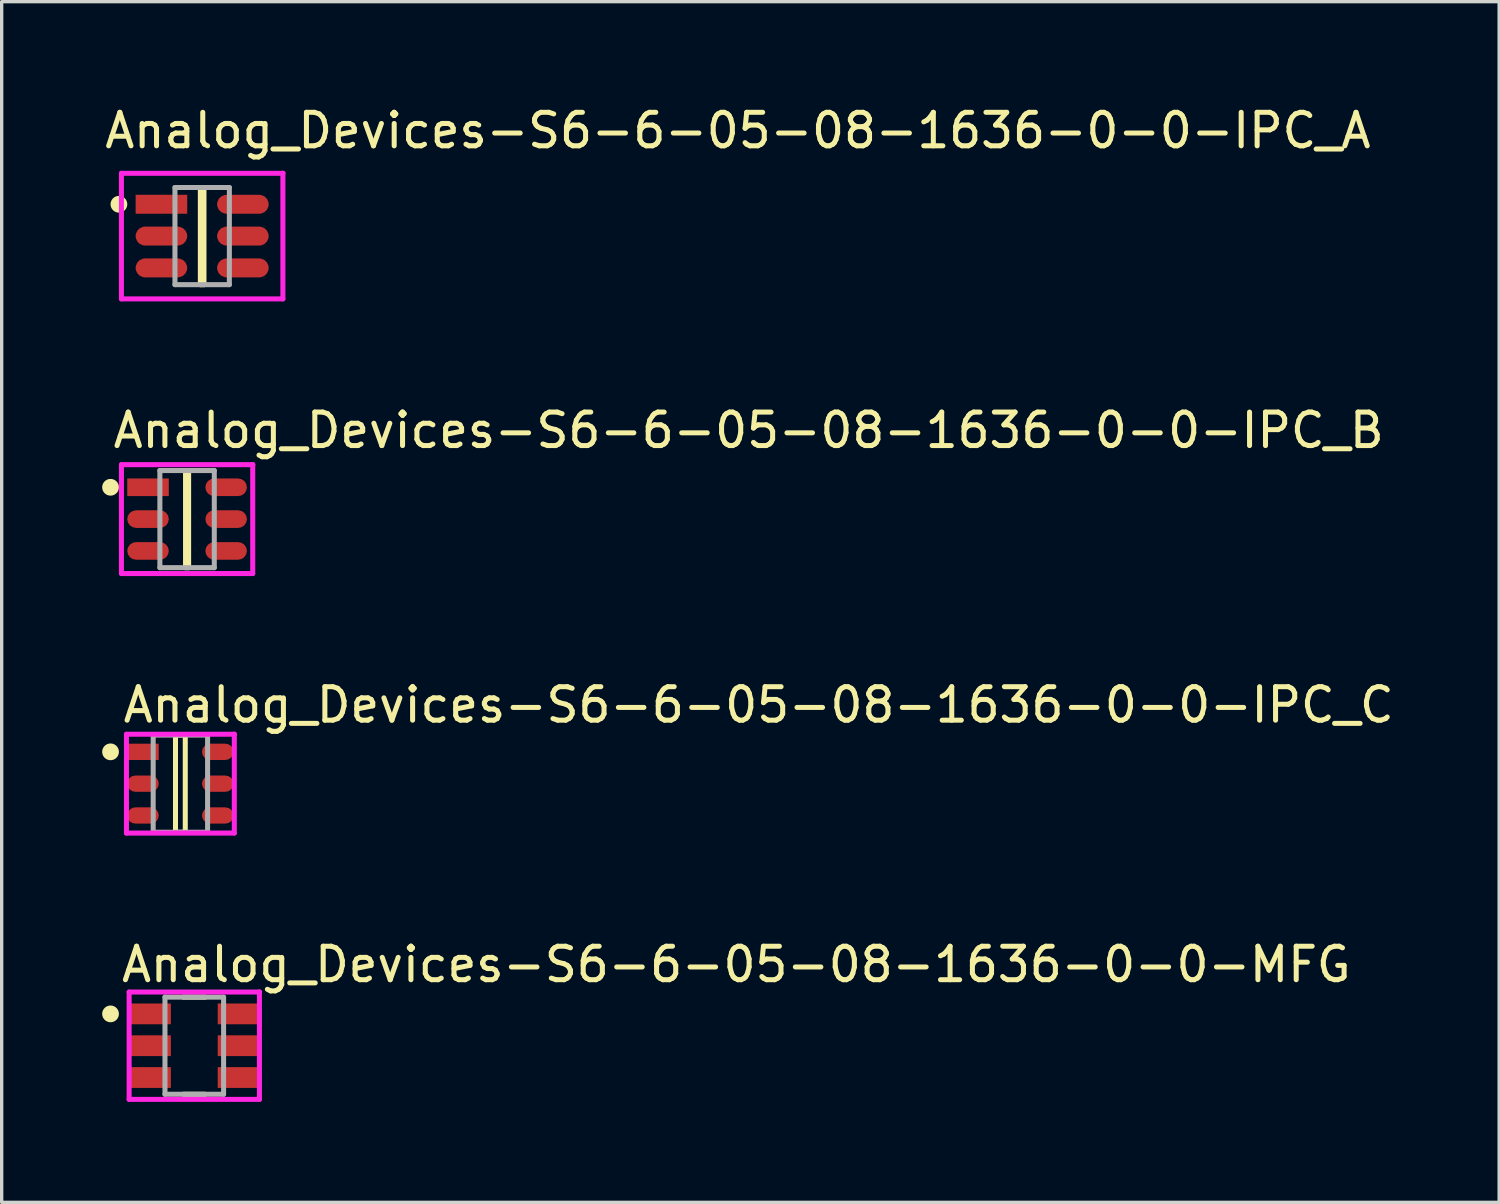
<source format=kicad_pcb>
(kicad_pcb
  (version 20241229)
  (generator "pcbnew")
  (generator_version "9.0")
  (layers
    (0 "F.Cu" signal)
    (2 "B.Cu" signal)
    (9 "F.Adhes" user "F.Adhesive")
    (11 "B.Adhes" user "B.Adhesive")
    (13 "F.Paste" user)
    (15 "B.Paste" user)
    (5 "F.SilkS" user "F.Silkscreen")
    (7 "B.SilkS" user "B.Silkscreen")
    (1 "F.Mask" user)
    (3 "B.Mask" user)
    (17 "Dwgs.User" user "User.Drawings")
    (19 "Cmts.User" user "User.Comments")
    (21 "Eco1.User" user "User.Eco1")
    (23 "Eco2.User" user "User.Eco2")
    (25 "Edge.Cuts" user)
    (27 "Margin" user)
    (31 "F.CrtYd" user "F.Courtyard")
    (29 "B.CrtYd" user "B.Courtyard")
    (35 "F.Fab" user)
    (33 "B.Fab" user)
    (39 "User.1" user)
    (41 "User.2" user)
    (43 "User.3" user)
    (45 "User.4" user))
  (footprint "Analog_Devices-S6-6-05-08-1636-0-0-MFG"
    (layer "F.Cu")
    (at 2.75 28.168)
    (property "Reference" "Analog_Devices-S6-6-05-08-1636-0-0-MFG" (at -2.25 -2.425 0) (layer "F.SilkS") (effects (font (size 1 1) (thickness 0.15)) (justify left)))
    (attr through_hole)
    (fp_line (start -0.325 -1.45) (end 0.325 -1.45) (stroke (width 0.15) (type solid)) (layer "F.SilkS"))
    (fp_line (start -0.325 1.45) (end 0.325 1.45) (stroke (width 0.15) (type solid)) (layer "F.SilkS"))
    (fp_circle (center -2.5 -0.95) (end -2.375 -0.95) (stroke (width 0.25) (type solid)) (fill no) (layer "F.SilkS"))
    (fp_line (start -1.945 -1.602) (end -1.945 1.602) (stroke (width 0.15) (type solid)) (layer "F.CrtYd"))
    (fp_line (start -1.945 1.602) (end 1.945 1.602) (stroke (width 0.15) (type solid)) (layer "F.CrtYd"))
    (fp_line (start 1.945 -1.602) (end -1.945 -1.602) (stroke (width 0.15) (type solid)) (layer "F.CrtYd"))
    (fp_line (start 1.945 -1.602) (end 1.945 -1.602) (stroke (width 0.15) (type solid)) (layer "F.CrtYd"))
    (fp_line (start 1.945 1.602) (end 1.945 -1.602) (stroke (width 0.15) (type solid)) (layer "F.CrtYd"))
    (fp_line (start -0.875 -1.45) (end 0.875 -1.45) (stroke (width 0.15) (type solid)) (layer "F.Fab"))
    (fp_line (start -0.875 1.45) (end -0.875 -1.45) (stroke (width 0.15) (type solid)) (layer "F.Fab"))
    (fp_line (start 0.875 -1.45) (end 0.875 1.45) (stroke (width 0.15) (type solid)) (layer "F.Fab"))
    (fp_line (start 0.875 1.45) (end -0.875 1.45) (stroke (width 0.15) (type solid)) (layer "F.Fab"))
    (pad "1" smd rect (at -1.31 -0.95) (size 1.22 0.62) (layers "F.Cu" "F.Mask" "F.Paste"))
    (pad "2" smd rect (at -1.31 0) (size 1.22 0.62) (layers "F.Cu" "F.Mask" "F.Paste"))
    (pad "3" smd rect (at -1.31 0.95) (size 1.22 0.62) (layers "F.Cu" "F.Mask" "F.Paste"))
    (pad "4" smd rect (at 1.31 0.95) (size 1.22 0.62) (layers "F.Cu" "F.Mask" "F.Paste"))
    (pad "5" smd rect (at 1.31 0) (size 1.22 0.62) (layers "F.Cu" "F.Mask" "F.Paste"))
    (pad "6" smd rect (at 1.31 -0.95) (size 1.22 0.62) (layers "F.Cu" "F.Mask" "F.Paste")))
  (footprint "Analog_Devices-S6-6-05-08-1636-0-0-IPC_A"
    (layer "F.Cu")
    (at 2.985 3.998)
    (property "Reference" "Analog_Devices-S6-6-05-08-1636-0-0-IPC_A" (at -2.985 -3.15 0) (layer "F.SilkS") (effects (font (size 1 1) (thickness 0.15)) (justify left)))
    (attr through_hole)
    (fp_line (start -0.054 -1.45) (end -0.054 1.45) (stroke (width 0.15) (type solid)) (layer "F.SilkS"))
    (fp_line (start -0.054 1.45) (end 0.054 1.45) (stroke (width 0.15) (type solid)) (layer "F.SilkS"))
    (fp_line (start 0.054 -1.45) (end -0.054 -1.45) (stroke (width 0.15) (type solid)) (layer "F.SilkS"))
    (fp_line (start 0.054 1.45) (end 0.054 -1.45) (stroke (width 0.15) (type solid)) (layer "F.SilkS"))
    (fp_circle (center -2.485 -0.95) (end -2.36 -0.95) (stroke (width 0.25) (type solid)) (fill no) (layer "F.SilkS"))
    (fp_line (start -2.41 -1.875) (end -2.41 1.875) (stroke (width 0.15) (type solid)) (layer "F.CrtYd"))
    (fp_line (start -2.41 1.875) (end 2.41 1.875) (stroke (width 0.15) (type solid)) (layer "F.CrtYd"))
    (fp_line (start 2.41 -1.875) (end -2.41 -1.875) (stroke (width 0.15) (type solid)) (layer "F.CrtYd"))
    (fp_line (start 2.41 -1.875) (end 2.41 -1.875) (stroke (width 0.15) (type solid)) (layer "F.CrtYd"))
    (fp_line (start 2.41 1.875) (end 2.41 -1.875) (stroke (width 0.15) (type solid)) (layer "F.CrtYd"))
    (fp_line (start -0.812 -1.45) (end 0.812 -1.45) (stroke (width 0.15) (type solid)) (layer "F.Fab"))
    (fp_line (start -0.812 1.45) (end -0.812 -1.45) (stroke (width 0.15) (type solid)) (layer "F.Fab"))
    (fp_line (start 0.812 -1.45) (end 0.812 1.45) (stroke (width 0.15) (type solid)) (layer "F.Fab"))
    (fp_line (start 0.812 1.45) (end -0.812 1.45) (stroke (width 0.15) (type solid)) (layer "F.Fab"))
    (pad "1" smd rect (at -1.216 -0.95) (size 1.54 0.566) (layers "F.Cu" "F.Mask" "F.Paste"))
    (pad "2" smd roundrect (at -1.216 0.000001) (size 1.54 0.566) (layers "F.Cu" "F.Mask" "F.Paste") (roundrect_rratio 0.5))
    (pad "3" smd roundrect (at -1.216 0.95) (size 1.54 0.566) (layers "F.Cu" "F.Mask" "F.Paste") (roundrect_rratio 0.5))
    (pad "4" smd roundrect (at 1.216 0.95) (size 1.54 0.566) (layers "F.Cu" "F.Mask" "F.Paste") (roundrect_rratio 0.5))
    (pad "5" smd roundrect (at 1.216 0.000001) (size 1.54 0.566) (layers "F.Cu" "F.Mask" "F.Paste") (roundrect_rratio 0.5))
    (pad "6" smd roundrect (at 1.216 -0.95) (size 1.54 0.566) (layers "F.Cu" "F.Mask" "F.Paste") (roundrect_rratio 0.5)))
  (footprint "Analog_Devices-S6-6-05-08-1636-0-0-IPC_B"
    (layer "F.Cu")
    (at 2.535 12.447)
    (property "Reference" "Analog_Devices-S6-6-05-08-1636-0-0-IPC_B" (at -2.285 -2.65 0) (layer "F.SilkS") (effects (font (size 1 1) (thickness 0.15)) (justify left)))
    (attr through_hole)
    (fp_line (start -0.046 -1.45) (end 0.046 -1.45) (stroke (width 0.15) (type solid)) (layer "F.SilkS"))
    (fp_line (start -0.046 1.45) (end -0.046 -1.45) (stroke (width 0.15) (type solid)) (layer "F.SilkS"))
    (fp_line (start 0.046 -1.45) (end 0.046 1.45) (stroke (width 0.15) (type solid)) (layer "F.SilkS"))
    (fp_line (start 0.046 1.45) (end -0.046 1.45) (stroke (width 0.15) (type solid)) (layer "F.SilkS"))
    (fp_circle (center -2.285 -0.95) (end -2.16 -0.95) (stroke (width 0.25) (type solid)) (fill no) (layer "F.SilkS"))
    (fp_line (start -1.96 -1.625) (end -1.96 1.625) (stroke (width 0.15) (type solid)) (layer "F.CrtYd"))
    (fp_line (start -1.96 1.625) (end 1.96 1.625) (stroke (width 0.15) (type solid)) (layer "F.CrtYd"))
    (fp_line (start 1.96 -1.625) (end -1.96 -1.625) (stroke (width 0.15) (type solid)) (layer "F.CrtYd"))
    (fp_line (start 1.96 -1.625) (end 1.96 -1.625) (stroke (width 0.15) (type solid)) (layer "F.CrtYd"))
    (fp_line (start 1.96 1.625) (end 1.96 -1.625) (stroke (width 0.15) (type solid)) (layer "F.CrtYd"))
    (fp_line (start -0.812 -1.45) (end 0.812 -1.45) (stroke (width 0.15) (type solid)) (layer "F.Fab"))
    (fp_line (start -0.812 1.45) (end -0.812 -1.45) (stroke (width 0.15) (type solid)) (layer "F.Fab"))
    (fp_line (start 0.812 -1.45) (end 0.812 1.45) (stroke (width 0.15) (type solid)) (layer "F.Fab"))
    (fp_line (start 0.812 1.45) (end -0.812 1.45) (stroke (width 0.15) (type solid)) (layer "F.Fab"))
    (pad "1" smd rect (at -1.166 -0.95) (size 1.24 0.526) (layers "F.Cu" "F.Mask" "F.Paste"))
    (pad "2" smd roundrect (at -1.166 0.000001) (size 1.24 0.526) (layers "F.Cu" "F.Mask" "F.Paste") (roundrect_rratio 0.5))
    (pad "3" smd roundrect (at -1.166 0.95) (size 1.24 0.526) (layers "F.Cu" "F.Mask" "F.Paste") (roundrect_rratio 0.5))
    (pad "4" smd roundrect (at 1.166 0.95) (size 1.24 0.526) (layers "F.Cu" "F.Mask" "F.Paste") (roundrect_rratio 0.5))
    (pad "5" smd roundrect (at 1.166 0.000001) (size 1.24 0.526) (layers "F.Cu" "F.Mask" "F.Paste") (roundrect_rratio 0.5))
    (pad "6" smd roundrect (at 1.166 -0.95) (size 1.24 0.526) (layers "F.Cu" "F.Mask" "F.Paste") (roundrect_rratio 0.5)))
  (footprint "Analog_Devices-S6-6-05-08-1636-0-0-IPC_C"
    (layer "F.Cu")
    (at 2.335 20.345)
    (property "Reference" "Analog_Devices-S6-6-05-08-1636-0-0-IPC_C" (at -1.785 -2.35 0) (layer "F.SilkS") (effects (font (size 1 1) (thickness 0.15)) (justify left)))
    (attr through_hole)
    (fp_line (start -0.146 -1.45) (end 0.146 -1.45) (stroke (width 0.15) (type solid)) (layer "F.SilkS"))
    (fp_line (start -0.146 1.45) (end -0.146 -1.45) (stroke (width 0.15) (type solid)) (layer "F.SilkS"))
    (fp_line (start 0.146 -1.45) (end 0.146 1.45) (stroke (width 0.15) (type solid)) (layer "F.SilkS"))
    (fp_line (start 0.146 1.45) (end -0.146 1.45) (stroke (width 0.15) (type solid)) (layer "F.SilkS"))
    (fp_circle (center -2.085 -0.95) (end -1.96 -0.95) (stroke (width 0.25) (type solid)) (fill no) (layer "F.SilkS"))
    (fp_line (start -1.61 -1.475) (end -1.61 1.475) (stroke (width 0.15) (type solid)) (layer "F.CrtYd"))
    (fp_line (start -1.61 1.475) (end 1.61 1.475) (stroke (width 0.15) (type solid)) (layer "F.CrtYd"))
    (fp_line (start 1.61 -1.475) (end -1.61 -1.475) (stroke (width 0.15) (type solid)) (layer "F.CrtYd"))
    (fp_line (start 1.61 -1.475) (end 1.61 -1.475) (stroke (width 0.15) (type solid)) (layer "F.CrtYd"))
    (fp_line (start 1.61 1.475) (end 1.61 -1.475) (stroke (width 0.15) (type solid)) (layer "F.CrtYd"))
    (fp_line (start -0.812 -1.45) (end 0.812 -1.45) (stroke (width 0.15) (type solid)) (layer "F.Fab"))
    (fp_line (start -0.812 1.45) (end -0.812 -1.45) (stroke (width 0.15) (type solid)) (layer "F.Fab"))
    (fp_line (start 0.812 -1.45) (end 0.812 1.45) (stroke (width 0.15) (type solid)) (layer "F.Fab"))
    (fp_line (start 0.812 1.45) (end -0.812 1.45) (stroke (width 0.15) (type solid)) (layer "F.Fab"))
    (pad "1" smd rect (at -1.116 -0.95) (size 0.94 0.486) (layers "F.Cu" "F.Mask" "F.Paste"))
    (pad "2" smd roundrect (at -1.116 0.000001) (size 0.94 0.486) (layers "F.Cu" "F.Mask" "F.Paste") (roundrect_rratio 0.5))
    (pad "3" smd roundrect (at -1.116 0.95) (size 0.94 0.486) (layers "F.Cu" "F.Mask" "F.Paste") (roundrect_rratio 0.5))
    (pad "4" smd roundrect (at 1.116 0.95) (size 0.94 0.486) (layers "F.Cu" "F.Mask" "F.Paste") (roundrect_rratio 0.5))
    (pad "5" smd roundrect (at 1.116 0.000001) (size 0.94 0.486) (layers "F.Cu" "F.Mask" "F.Paste") (roundrect_rratio 0.5))
    (pad "6" smd roundrect (at 1.116 -0.95) (size 0.94 0.486) (layers "F.Cu" "F.Mask" "F.Paste") (roundrect_rratio 0.5)))
  (gr_rect
    (start -3 -3)
    (end 41.705 32.845)
    (stroke (width 0.1) (type default))
    (fill no)
    (layer "Edge.Cuts")))
</source>
